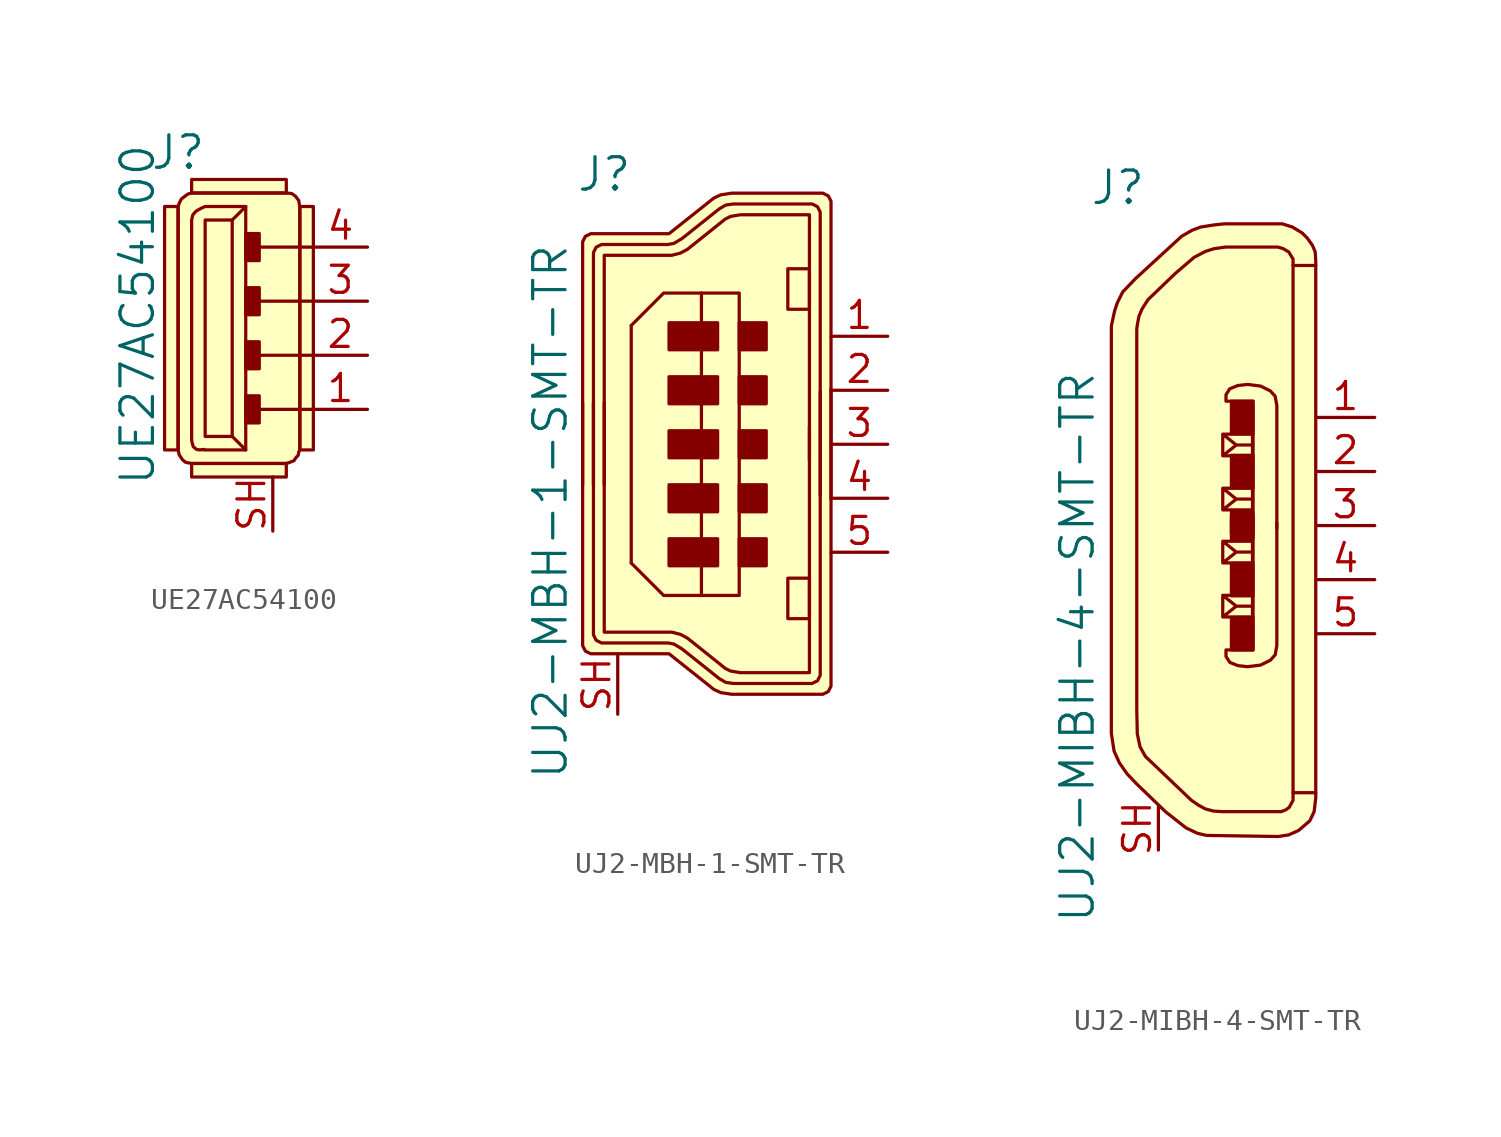
<source format=kicad_sym>
(kicad_symbol_lib
  (version 20201005)
  (generator kicad_symbol_editor)
  (symbol "UE27AC54100"
    (pin_names
      (offset 1.016))
    (property "Reference" "J"
      (at -1.27 9.525 0)
      (effects (font (size 1.524 1.524))))
    (property "Value" "UE27AC54100"
      (at -3.175 1.905 90)
      (effects (font (size 1.524 1.524))))
    (symbol "UE27AC54100_0_1"
      (rectangle (start -1.27 -4.445) (end -1.905 6.985) (stroke (width 0)) (fill (type background)))
      (rectangle (start 1.27 6.35) (end 0 -3.81) (stroke (width 0)) (fill (type none)))
      (rectangle (start 2.54 -1.905) (end 1.905 -3.175) (stroke (width 0)) (fill (type outline)))
      (rectangle (start 2.54 0.635) (end 1.905 -0.635) (stroke (width 0)) (fill (type outline)))
      (rectangle (start 2.54 3.175) (end 1.905 1.905) (stroke (width 0)) (fill (type outline)))
      (rectangle (start 2.54 4.445) (end 1.905 5.715) (stroke (width 0)) (fill (type outline)))
      (rectangle (start 3.81 -5.08) (end -0.635 -5.715) (stroke (width 0)) (fill (type background)))
      (rectangle (start 3.81 7.62) (end -0.635 8.255) (stroke (width 0)) (fill (type background)))
      (rectangle (start 4.445 6.985) (end 5.08 -4.445) (stroke (width 0)) (fill (type background)))
      (polyline (pts (xy 1.27 -3.81) (xy 1.905 -4.445)) (stroke (width 0)) (fill (type none)))
      (polyline (pts (xy 1.27 6.35) (xy 1.905 6.985)) (stroke (width 0)) (fill (type none)))
      (polyline (pts (xy 5.08 -2.54) (xy 2.54 -2.54)) (stroke (width 0)) (fill (type none)))
      (polyline (pts (xy 5.08 0) (xy 2.54 0)) (stroke (width 0)) (fill (type none)))
      (polyline (pts (xy 5.08 2.54) (xy 2.54 2.54)) (stroke (width 0)) (fill (type none)))
      (polyline (pts (xy 5.08 5.08) (xy 2.54 5.08)) (stroke (width 0)) (fill (type none)))
      (polyline (pts (xy -0.635 6.35) (xy -0.635 -3.81) (xy -0.635 -3.988) (xy -0.61 -4.115) (xy -0.559 -4.293) (xy -0.406 -4.42) (xy -0.229 -4.445) (xy -0.127 -4.42) (xy -0.076 -4.445) (xy -0.051 -4.42) (xy 0 -4.445) (xy 1.905 -4.445) (xy 1.905 6.985) (xy 0 6.985) (xy -0.178 6.909) (xy -0.406 6.782) (xy -0.508 6.68) (xy -0.584 6.579) (xy -0.635 6.35)) (stroke (width 0)) (fill (type none)))
      (polyline (pts (xy -0.635 -5.08) (xy 3.81 -5.08) (xy 3.962 -5.029) (xy 4.166 -4.953) (xy 4.267 -4.801) (xy 4.369 -4.699) (xy 4.394 -4.547) (xy 4.445 -4.445) (xy 4.445 6.985) (xy 4.42 7.087) (xy 4.42 7.112) (xy 4.394 7.264) (xy 4.242 7.468) (xy 4.064 7.595) (xy 3.81 7.62) (xy -0.635 7.62) (xy -0.813 7.569) (xy -1.118 7.341) (xy -1.219 7.137) (xy -1.27 6.985) (xy -1.27 -4.445) (xy -1.219 -4.674) (xy -1.067 -4.902) (xy -0.914 -5.029) (xy -0.635 -5.08)) (stroke (width 0)) (fill (type background))))
    (symbol "UE27AC54100_1_1"
      (pin passive line (at 7.62 -2.54 180) (length 2.54) (name "~" (effects (font (size 1.27 1.27)))) (number "1" (effects (font (size 1.27 1.27)))))
      (pin passive line (at 7.62 0 180) (length 2.54) (name "~" (effects (font (size 1.27 1.27)))) (number "2" (effects (font (size 1.27 1.27)))))
      (pin passive line (at 7.62 2.54 180) (length 2.54) (name "~" (effects (font (size 1.27 1.27)))) (number "3" (effects (font (size 1.27 1.27)))))
      (pin passive line (at 7.62 5.08 180) (length 2.54) (name "~" (effects (font (size 1.27 1.27)))) (number "4" (effects (font (size 1.27 1.27)))))
      (pin passive line (at 3.175 -8.255 90) (length 2.54) (name "~" (effects (font (size 1.27 1.27)))) (number "SH" (effects (font (size 1.27 1.27)))))))
  (symbol "UJ2-MBH-1-SMT-TR"
    (pin_names
      (offset 1.016))
    (property "Reference" "J"
      (at -5.715 12.7 0)
      (effects (font (size 1.524 1.524))))
    (property "Value" "UJ2-MBH-1-SMT-TR"
      (at -8.255 -3.175 90)
      (effects (font (size 1.524 1.524))))
    (symbol "UJ2-MBH-1-SMT-TR_0_1"
      (rectangle (start -0.381 -5.715) (end -2.667 -4.445) (stroke (width 0)) (fill (type outline)))
      (rectangle (start -0.381 -3.175) (end -2.667 -1.905) (stroke (width 0)) (fill (type outline)))
      (rectangle (start -0.381 -0.635) (end -2.667 0.635) (stroke (width 0)) (fill (type outline)))
      (rectangle (start -0.381 1.905) (end -2.667 3.175) (stroke (width 0)) (fill (type outline)))
      (rectangle (start -0.381 4.445) (end -2.667 5.715) (stroke (width 0)) (fill (type outline)))
      (rectangle (start 0.635 -7.112) (end -1.143 7.112) (stroke (width 0)) (fill (type none)))
      (rectangle (start 1.905 -4.445) (end 0.635 -5.715) (stroke (width 0)) (fill (type outline)))
      (rectangle (start 1.905 -1.905) (end 0.635 -3.175) (stroke (width 0)) (fill (type outline)))
      (rectangle (start 1.905 0.635) (end 0.635 -0.635) (stroke (width 0)) (fill (type outline)))
      (rectangle (start 1.905 3.175) (end 0.635 1.905) (stroke (width 0)) (fill (type outline)))
      (rectangle (start 1.905 5.715) (end 0.635 4.445) (stroke (width 0)) (fill (type outline)))
      (rectangle (start 2.921 -8.204) (end 3.937 -6.299) (stroke (width 0)) (fill (type none)))
      (rectangle (start 2.921 8.255) (end 3.937 6.35) (stroke (width 0)) (fill (type none)))
      (polyline (pts (xy -4.445 5.588) (xy -4.445 -5.588)) (stroke (width 0)) (fill (type none)))
      (polyline (pts (xy -4.445 -5.588) (xy -2.921 -7.112) (xy -1.143 -7.112)) (stroke (width 0)) (fill (type none)))
      (polyline (pts (xy -4.445 5.588) (xy -2.921 7.112) (xy -1.143 7.112)) (stroke (width 0)) (fill (type none)))
      (polyline (pts (xy 3.937 -0.762) (xy 3.937 10.795) (xy 0.686 10.795) (xy 0.229 10.719) (xy -0.025 10.592) (xy -1.803 9.169) (xy -2.134 8.992) (xy -2.54 8.89) (xy -5.715 8.89) (xy -5.715 -1.905)) (stroke (width 0)) (fill (type none)))
      (polyline (pts (xy 3.937 0.813) (xy 3.937 -10.744) (xy 0.686 -10.744) (xy 0.229 -10.668) (xy -0.025 -10.541) (xy -1.803 -9.119) (xy -2.134 -8.941) (xy -2.54 -8.839) (xy -5.715 -8.839) (xy -5.715 1.956)) (stroke (width 0)) (fill (type none)))
      (polyline (pts (xy 4.953 -2.54) (xy 4.953 11.176) (xy 4.953 11.43) (xy 4.826 11.684) (xy 4.572 11.811) (xy 4.318 11.811) (xy 0.279 11.811) (xy -0.229 11.735) (xy -0.559 11.582) (xy -2.667 9.906) (xy -6.096 9.906) (xy -6.35 9.906) (xy -6.604 9.779) (xy -6.731 9.525) (xy -6.731 9.271) (xy -6.731 -1.905)) (stroke (width 0)) (fill (type background)))
      (polyline (pts (xy 4.953 2.591) (xy 4.953 -11.125) (xy 4.953 -11.379) (xy 4.826 -11.633) (xy 4.572 -11.76) (xy 4.318 -11.76) (xy 0.279 -11.76) (xy -0.229 -11.684) (xy -0.559 -11.532) (xy -2.667 -9.855) (xy -6.096 -9.855) (xy -6.35 -9.855) (xy -6.604 -9.728) (xy -6.731 -9.474) (xy -6.731 -9.22) (xy -6.731 1.956)) (stroke (width 0)) (fill (type background)))
      (polyline (pts (xy 4.445 -2.413) (xy 4.445 10.668) (xy 4.445 10.922) (xy 4.318 11.176) (xy 4.064 11.303) (xy 3.81 11.303) (xy 0.356 11.303) (xy 0 11.252) (xy -0.305 11.074) (xy -2.057 9.677) (xy -2.438 9.449) (xy -2.718 9.398) (xy -5.588 9.398) (xy -5.842 9.398) (xy -6.096 9.271) (xy -6.223 9.017) (xy -6.223 8.763) (xy -6.223 -1.905)) (stroke (width 0)) (fill (type none)))
      (polyline (pts (xy 4.445 2.464) (xy 4.445 -10.617) (xy 4.445 -10.871) (xy 4.318 -11.125) (xy 4.064 -11.252) (xy 3.81 -11.252) (xy 0.356 -11.252) (xy 0 -11.201) (xy -0.305 -11.024) (xy -2.057 -9.627) (xy -2.438 -9.398) (xy -2.718 -9.347) (xy -5.588 -9.347) (xy -5.842 -9.347) (xy -6.096 -9.22) (xy -6.223 -8.966) (xy -6.223 -8.712) (xy -6.223 1.956)) (stroke (width 0)) (fill (type none))))
    (symbol "UJ2-MBH-1-SMT-TR_1_1"
      (pin passive line (at 7.62 5.08 180) (length 2.667) (name "~" (effects (font (size 1.27 1.27)))) (number "1" (effects (font (size 1.27 1.27)))))
      (pin passive line (at 7.62 2.54 180) (length 2.667) (name "~" (effects (font (size 1.27 1.27)))) (number "2" (effects (font (size 1.27 1.27)))))
      (pin passive line (at 7.62 0 180) (length 2.667) (name "~" (effects (font (size 1.27 1.27)))) (number "3" (effects (font (size 1.27 1.27)))))
      (pin passive line (at 7.62 -2.54 180) (length 2.667) (name "~" (effects (font (size 1.27 1.27)))) (number "4" (effects (font (size 1.27 1.27)))))
      (pin passive line (at 7.62 -5.08 180) (length 2.667) (name "~" (effects (font (size 1.27 1.27)))) (number "5" (effects (font (size 1.27 1.27)))))
      (pin passive line (at -5.08 -12.7 90) (length 2.794) (name "~" (effects (font (size 1.27 1.27)))) (number "SH" (effects (font (size 1.27 1.27)))))))
  (symbol "UJ2-MIBH-4-SMT-TR"
    (pin_names
      (offset 1.016))
    (property "Reference" "J"
      (at -4.445 15.875 0)
      (effects (font (size 1.524 1.524))))
    (property "Value" "UJ2-MIBH-4-SMT-TR"
      (at -6.35 -5.715 90)
      (effects (font (size 1.524 1.524))))
    (symbol "UJ2-MIBH-4-SMT-TR_0_1"
      (rectangle (start 0.889 -4.318) (end 1.905 -5.842) (stroke (width 0)) (fill (type outline)))
      (rectangle (start 0.889 -3.302) (end 1.905 -1.778) (stroke (width 0)) (fill (type outline)))
      (rectangle (start 0.889 -0.635) (end 1.905 0.381) (stroke (width 0)) (fill (type outline)))
      (rectangle (start 0.889 0.635) (end 1.905 -0.381) (stroke (width 0)) (fill (type outline)))
      (rectangle (start 0.889 3.302) (end 1.905 1.778) (stroke (width 0)) (fill (type outline)))
      (rectangle (start 0.889 4.318) (end 1.905 5.842) (stroke (width 0)) (fill (type outline)))
      (polyline (pts (xy 3.785 12.243) (xy 3.785 -12.548)) (stroke (width 0)) (fill (type none)))
      (polyline (pts (xy 0.483 -4.293) (xy 0.483 -3.277) (xy 1.88 -3.277) (xy 1.88 -4.293) (xy 0.483 -4.293) (xy 1.118 -3.785) (xy 0.483 -3.277) (xy 1.88 -3.277) (xy 1.88 -3.785) (xy 1.118 -3.785)) (stroke (width 0)) (fill (type none)))
      (polyline (pts (xy 0.483 -1.753) (xy 0.483 -0.737) (xy 1.88 -0.737) (xy 1.88 -1.753) (xy 0.483 -1.753) (xy 1.118 -1.245) (xy 0.483 -0.737) (xy 1.88 -0.737) (xy 1.88 -1.245) (xy 1.118 -1.245)) (stroke (width 0)) (fill (type none)))
      (polyline (pts (xy 0.483 1.753) (xy 0.483 0.737) (xy 1.88 0.737) (xy 1.88 1.753) (xy 0.483 1.753) (xy 1.118 1.245) (xy 0.483 0.737) (xy 1.88 0.737) (xy 1.88 1.245) (xy 1.118 1.245)) (stroke (width 0)) (fill (type none)))
      (polyline (pts (xy 0.483 4.293) (xy 0.483 3.277) (xy 1.88 3.277) (xy 1.88 4.293) (xy 0.483 4.293) (xy 1.118 3.785) (xy 0.483 3.277) (xy 1.88 3.277) (xy 1.88 3.785) (xy 1.118 3.785)) (stroke (width 0)) (fill (type none)))
      (polyline (pts (xy 1.905 -0.025) (xy 1.905 5.842) (xy 0.635 5.842) (xy 0.635 6.147) (xy 0.813 6.426) (xy 1.194 6.579) (xy 1.651 6.629) (xy 2.261 6.553) (xy 2.718 6.325) (xy 2.946 6.071) (xy 3.023 5.639) (xy 3.023 4.801) (xy 3.023 -0.127)) (stroke (width 0)) (fill (type none)))
      (polyline (pts (xy 1.905 0.025) (xy 1.905 -5.842) (xy 0.635 -5.842) (xy 0.635 -6.147) (xy 0.813 -6.426) (xy 1.194 -6.579) (xy 1.651 -6.629) (xy 2.261 -6.553) (xy 2.718 -6.325) (xy 2.946 -6.071) (xy 3.023 -5.639) (xy 3.023 -4.801) (xy 3.023 0.127)) (stroke (width 0)) (fill (type none)))
      (polyline (pts (xy 4.851 -12.548) (xy 3.835 -12.548) (xy 3.785 -12.548) (xy 3.785 -12.903) (xy 3.607 -13.233) (xy 3.429 -13.36) (xy 3.226 -13.437) (xy 0.457 -13.437) (xy 0.051 -13.411) (xy -0.33 -13.31) (xy -0.66 -13.132) (xy -0.991 -12.903) (xy -3.15 -10.846) (xy -3.404 -10.389) (xy -3.531 -9.779) (xy -3.556 -8.636) (xy -3.556 9.22) (xy -3.531 9.423) (xy -3.454 9.83) (xy -3.302 10.185) (xy -3.023 10.617) (xy -1.753 11.836) (xy -0.864 12.598) (xy -0.33 12.878) (xy 0.076 13.005) (xy 0.61 13.081) (xy 3.073 13.081) (xy 3.327 13.005) (xy 3.581 12.852) (xy 3.785 12.522) (xy 3.785 12.217) (xy 4.851 12.217)) (stroke (width 0)) (fill (type none)))
      (polyline (pts (xy 4.851 -11.481) (xy 4.851 -12.802) (xy 4.775 -13.437) (xy 4.572 -13.868) (xy 4.039 -14.326) (xy 3.581 -14.529) (xy 3.099 -14.605) (xy -0.279 -14.554) (xy -0.711 -14.453) (xy -1.245 -14.199) (xy -2.21 -13.437) (xy -3.556 -12.141) (xy -4.013 -11.659) (xy -4.369 -11.151) (xy -4.623 -10.592) (xy -4.75 -9.754) (xy -4.75 9.373) (xy -4.597 10.084) (xy -4.47 10.465) (xy -4.216 10.973) (xy -3.607 11.608) (xy -1.448 13.589) (xy -0.965 13.868) (xy -0.559 14.021) (xy 0.076 14.122) (xy 0.559 14.173) (xy 3.277 14.173) (xy 3.759 14.021) (xy 4.216 13.741) (xy 4.445 13.513) (xy 4.699 13.157) (xy 4.826 12.852) (xy 4.851 12.446) (xy 4.851 -11.506)) (stroke (width 0)) (fill (type background))))
    (symbol "UJ2-MIBH-4-SMT-TR_1_1"
      (pin passive line (at 7.62 5.08 180) (length 2.743) (name "~" (effects (font (size 1.27 1.27)))) (number "1" (effects (font (size 1.27 1.27)))))
      (pin passive line (at 7.62 2.54 180) (length 2.743) (name "~" (effects (font (size 1.27 1.27)))) (number "2" (effects (font (size 1.27 1.27)))))
      (pin passive line (at 7.62 0 180) (length 2.743) (name "~" (effects (font (size 1.27 1.27)))) (number "3" (effects (font (size 1.27 1.27)))))
      (pin passive line (at 7.62 -2.54 180) (length 2.743) (name "~" (effects (font (size 1.27 1.27)))) (number "4" (effects (font (size 1.27 1.27)))))
      (pin passive line (at 7.62 -5.08 180) (length 2.743) (name "~" (effects (font (size 1.27 1.27)))) (number "5" (effects (font (size 1.27 1.27)))))
      (pin passive line (at -2.54 -15.24 90) (length 2.032) (name "~" (effects (font (size 1.27 1.27)))) (number "SH" (effects (font (size 1.27 1.27))))))))
</source>
